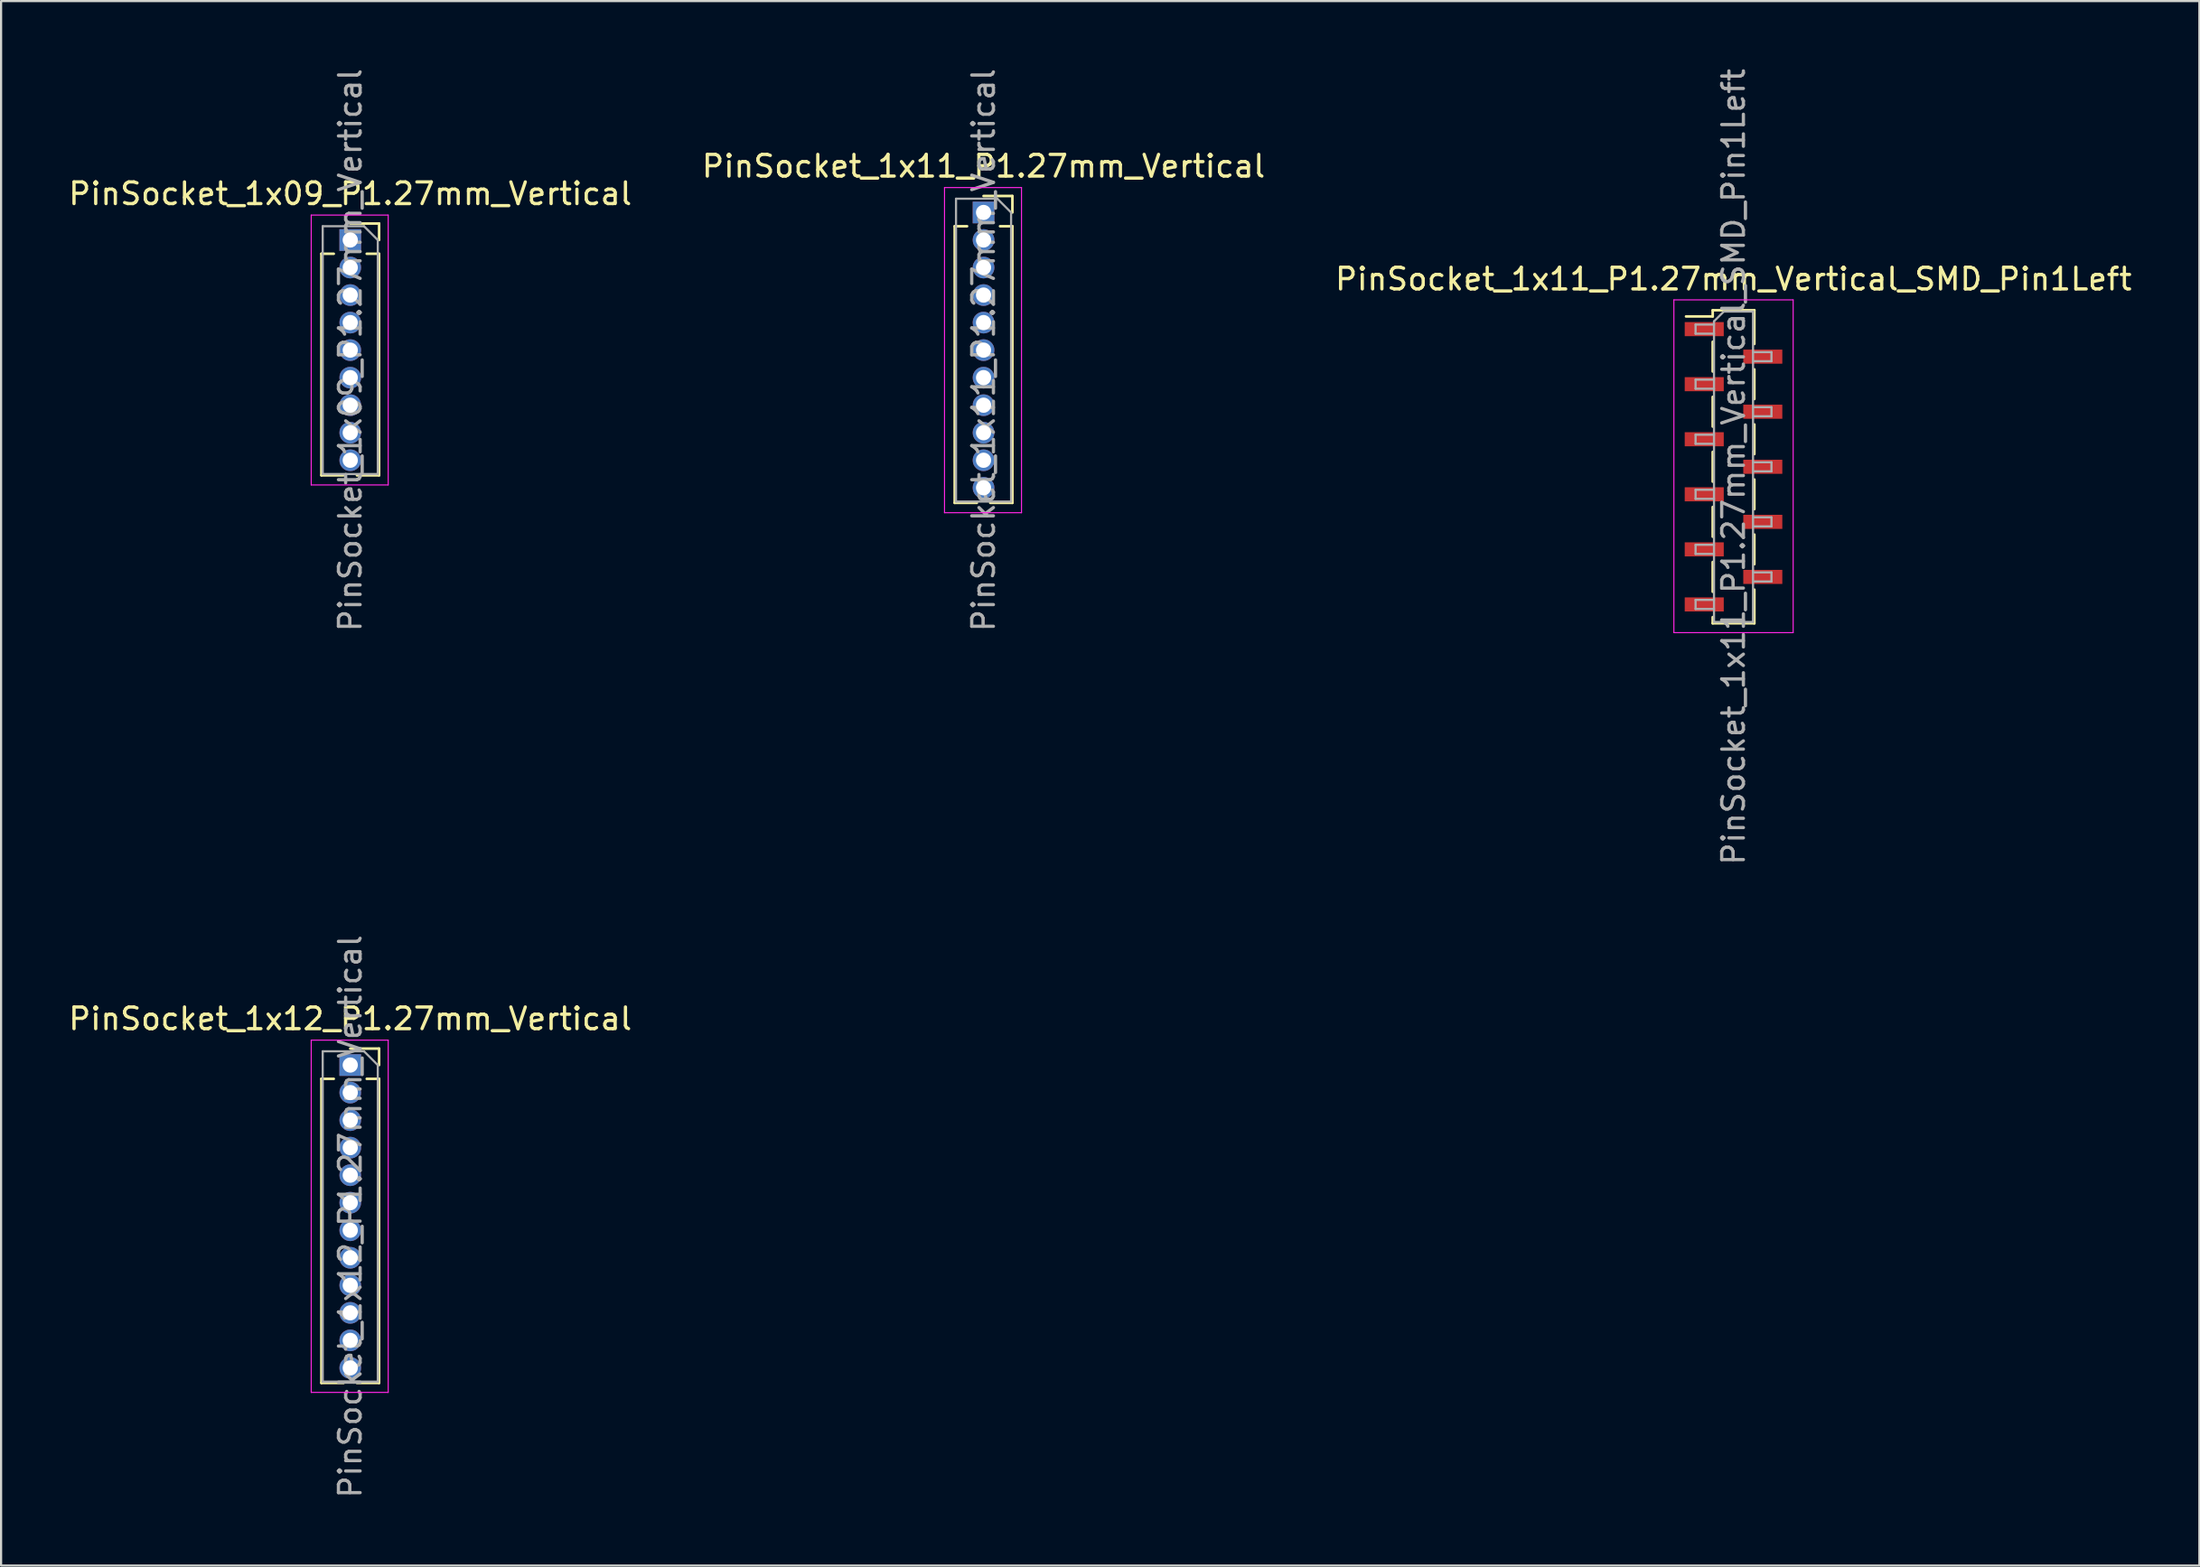
<source format=kicad_pcb>
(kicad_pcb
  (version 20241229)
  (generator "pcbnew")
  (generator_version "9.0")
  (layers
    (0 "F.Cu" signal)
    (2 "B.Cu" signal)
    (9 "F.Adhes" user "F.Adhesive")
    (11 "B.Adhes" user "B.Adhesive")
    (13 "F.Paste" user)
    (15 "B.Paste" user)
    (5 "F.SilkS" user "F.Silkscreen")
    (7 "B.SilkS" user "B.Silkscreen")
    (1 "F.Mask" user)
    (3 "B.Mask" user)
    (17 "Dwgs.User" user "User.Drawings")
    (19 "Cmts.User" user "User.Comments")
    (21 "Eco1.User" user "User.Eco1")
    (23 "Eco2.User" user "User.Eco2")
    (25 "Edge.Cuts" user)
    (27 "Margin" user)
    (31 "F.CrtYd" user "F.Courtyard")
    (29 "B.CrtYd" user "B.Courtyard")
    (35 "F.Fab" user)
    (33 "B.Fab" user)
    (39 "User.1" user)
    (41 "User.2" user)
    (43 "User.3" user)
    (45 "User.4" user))
  (footprint "PinSocket_1x11_P1.27mm_Vertical_SMD_Pin1Left"
    (layer "F.Cu")
    (at 76.887 18.482)
    (property "Reference" "PinSocket_1x11_P1.27mm_Vertical_SMD_Pin1Left" (at 0 -8.66 0) (layer "F.SilkS") (effects (font (size 1 1) (thickness 0.15))))
    (attr smd)
    (fp_line (start -2.19 -6.935) (end -0.96 -6.935) (stroke (width 0.12) (type solid)) (layer "F.SilkS"))
    (fp_line (start -0.96 -7.22) (end -0.96 -6.935) (stroke (width 0.12) (type solid)) (layer "F.SilkS"))
    (fp_line (start -0.96 -7.22) (end 0.96 -7.22) (stroke (width 0.12) (type solid)) (layer "F.SilkS"))
    (fp_line (start -0.96 -5.765) (end -0.96 -4.395) (stroke (width 0.12) (type solid)) (layer "F.SilkS"))
    (fp_line (start -0.96 -3.225) (end -0.96 -1.855) (stroke (width 0.12) (type solid)) (layer "F.SilkS"))
    (fp_line (start -0.96 -0.685) (end -0.96 0.685) (stroke (width 0.12) (type solid)) (layer "F.SilkS"))
    (fp_line (start -0.96 1.855) (end -0.96 3.225) (stroke (width 0.12) (type solid)) (layer "F.SilkS"))
    (fp_line (start -0.96 4.395) (end -0.96 5.765) (stroke (width 0.12) (type solid)) (layer "F.SilkS"))
    (fp_line (start -0.96 6.935) (end -0.96 7.22) (stroke (width 0.12) (type solid)) (layer "F.SilkS"))
    (fp_line (start -0.96 7.22) (end 0.96 7.22) (stroke (width 0.12) (type solid)) (layer "F.SilkS"))
    (fp_line (start 0.96 -7.22) (end 0.96 -5.665) (stroke (width 0.12) (type solid)) (layer "F.SilkS"))
    (fp_line (start 0.96 -4.495) (end 0.96 -3.125) (stroke (width 0.12) (type solid)) (layer "F.SilkS"))
    (fp_line (start 0.96 -1.955) (end 0.96 -0.585) (stroke (width 0.12) (type solid)) (layer "F.SilkS"))
    (fp_line (start 0.96 0.585) (end 0.96 1.955) (stroke (width 0.12) (type solid)) (layer "F.SilkS"))
    (fp_line (start 0.96 3.125) (end 0.96 4.495) (stroke (width 0.12) (type solid)) (layer "F.SilkS"))
    (fp_line (start 0.96 5.665) (end 0.96 7.22) (stroke (width 0.12) (type solid)) (layer "F.SilkS"))
    (fp_line (start -2.75 -7.7) (end 2.75 -7.7) (stroke (width 0.05) (type solid)) (layer "F.CrtYd"))
    (fp_line (start -2.75 7.65) (end -2.75 -7.7) (stroke (width 0.05) (type solid)) (layer "F.CrtYd"))
    (fp_line (start 2.75 -7.7) (end 2.75 7.65) (stroke (width 0.05) (type solid)) (layer "F.CrtYd"))
    (fp_line (start 2.75 7.65) (end -2.75 7.65) (stroke (width 0.05) (type solid)) (layer "F.CrtYd"))
    (fp_line (start -1.75 -6.56) (end -0.9 -6.56) (stroke (width 0.1) (type solid)) (layer "F.Fab"))
    (fp_line (start -1.75 -6.14) (end -1.75 -6.56) (stroke (width 0.1) (type solid)) (layer "F.Fab"))
    (fp_line (start -1.75 -4.02) (end -0.9 -4.02) (stroke (width 0.1) (type solid)) (layer "F.Fab"))
    (fp_line (start -1.75 -3.6) (end -1.75 -4.02) (stroke (width 0.1) (type solid)) (layer "F.Fab"))
    (fp_line (start -1.75 -1.48) (end -0.9 -1.48) (stroke (width 0.1) (type solid)) (layer "F.Fab"))
    (fp_line (start -1.75 -1.06) (end -1.75 -1.48) (stroke (width 0.1) (type solid)) (layer "F.Fab"))
    (fp_line (start -1.75 1.06) (end -0.9 1.06) (stroke (width 0.1) (type solid)) (layer "F.Fab"))
    (fp_line (start -1.75 1.48) (end -1.75 1.06) (stroke (width 0.1) (type solid)) (layer "F.Fab"))
    (fp_line (start -1.75 3.6) (end -0.9 3.6) (stroke (width 0.1) (type solid)) (layer "F.Fab"))
    (fp_line (start -1.75 4.02) (end -1.75 3.6) (stroke (width 0.1) (type solid)) (layer "F.Fab"))
    (fp_line (start -1.75 6.14) (end -0.9 6.14) (stroke (width 0.1) (type solid)) (layer "F.Fab"))
    (fp_line (start -1.75 6.56) (end -1.75 6.14) (stroke (width 0.1) (type solid)) (layer "F.Fab"))
    (fp_line (start -0.9 -6.71) (end -0.45 -7.16) (stroke (width 0.1) (type solid)) (layer "F.Fab"))
    (fp_line (start -0.9 -6.14) (end -1.75 -6.14) (stroke (width 0.1) (type solid)) (layer "F.Fab"))
    (fp_line (start -0.9 -3.6) (end -1.75 -3.6) (stroke (width 0.1) (type solid)) (layer "F.Fab"))
    (fp_line (start -0.9 -1.06) (end -1.75 -1.06) (stroke (width 0.1) (type solid)) (layer "F.Fab"))
    (fp_line (start -0.9 1.48) (end -1.75 1.48) (stroke (width 0.1) (type solid)) (layer "F.Fab"))
    (fp_line (start -0.9 4.02) (end -1.75 4.02) (stroke (width 0.1) (type solid)) (layer "F.Fab"))
    (fp_line (start -0.9 6.56) (end -1.75 6.56) (stroke (width 0.1) (type solid)) (layer "F.Fab"))
    (fp_line (start -0.9 7.16) (end -0.9 -6.71) (stroke (width 0.1) (type solid)) (layer "F.Fab"))
    (fp_line (start -0.45 -7.16) (end 0.9 -7.16) (stroke (width 0.1) (type solid)) (layer "F.Fab"))
    (fp_line (start 0.9 -7.16) (end 0.9 7.16) (stroke (width 0.1) (type solid)) (layer "F.Fab"))
    (fp_line (start 0.9 -5.29) (end 1.75 -5.29) (stroke (width 0.1) (type solid)) (layer "F.Fab"))
    (fp_line (start 0.9 -2.75) (end 1.75 -2.75) (stroke (width 0.1) (type solid)) (layer "F.Fab"))
    (fp_line (start 0.9 -0.21) (end 1.75 -0.21) (stroke (width 0.1) (type solid)) (layer "F.Fab"))
    (fp_line (start 0.9 2.33) (end 1.75 2.33) (stroke (width 0.1) (type solid)) (layer "F.Fab"))
    (fp_line (start 0.9 4.87) (end 1.75 4.87) (stroke (width 0.1) (type solid)) (layer "F.Fab"))
    (fp_line (start 0.9 7.16) (end -0.9 7.16) (stroke (width 0.1) (type solid)) (layer "F.Fab"))
    (fp_line (start 1.75 -5.29) (end 1.75 -4.87) (stroke (width 0.1) (type solid)) (layer "F.Fab"))
    (fp_line (start 1.75 -4.87) (end 0.9 -4.87) (stroke (width 0.1) (type solid)) (layer "F.Fab"))
    (fp_line (start 1.75 -2.75) (end 1.75 -2.33) (stroke (width 0.1) (type solid)) (layer "F.Fab"))
    (fp_line (start 1.75 -2.33) (end 0.9 -2.33) (stroke (width 0.1) (type solid)) (layer "F.Fab"))
    (fp_line (start 1.75 -0.21) (end 1.75 0.21) (stroke (width 0.1) (type solid)) (layer "F.Fab"))
    (fp_line (start 1.75 0.21) (end 0.9 0.21) (stroke (width 0.1) (type solid)) (layer "F.Fab"))
    (fp_line (start 1.75 2.33) (end 1.75 2.75) (stroke (width 0.1) (type solid)) (layer "F.Fab"))
    (fp_line (start 1.75 2.75) (end 0.9 2.75) (stroke (width 0.1) (type solid)) (layer "F.Fab"))
    (fp_line (start 1.75 4.87) (end 1.75 5.29) (stroke (width 0.1) (type solid)) (layer "F.Fab"))
    (fp_line (start 1.75 5.29) (end 0.9 5.29) (stroke (width 0.1) (type solid)) (layer "F.Fab"))
    (fp_text user "${REFERENCE}" (at 0 0 90) (layer "F.Fab") (effects (font (size 1 1) (thickness 0.15))))
    (pad "1" smd rect (at -1.35 -6.35) (size 1.8 0.65) (layers "F.Cu" "F.Mask" "F.Paste"))
    (pad "2" smd rect (at 1.35 -5.08) (size 1.8 0.65) (layers "F.Cu" "F.Mask" "F.Paste"))
    (pad "3" smd rect (at -1.35 -3.81) (size 1.8 0.65) (layers "F.Cu" "F.Mask" "F.Paste"))
    (pad "4" smd rect (at 1.35 -2.54) (size 1.8 0.65) (layers "F.Cu" "F.Mask" "F.Paste"))
    (pad "5" smd rect (at -1.35 -1.27) (size 1.8 0.65) (layers "F.Cu" "F.Mask" "F.Paste"))
    (pad "6" smd rect (at 1.35 0) (size 1.8 0.65) (layers "F.Cu" "F.Mask" "F.Paste"))
    (pad "7" smd rect (at -1.35 1.27) (size 1.8 0.65) (layers "F.Cu" "F.Mask" "F.Paste"))
    (pad "8" smd rect (at 1.35 2.54) (size 1.8 0.65) (layers "F.Cu" "F.Mask" "F.Paste"))
    (pad "9" smd rect (at -1.35 3.81) (size 1.8 0.65) (layers "F.Cu" "F.Mask" "F.Paste"))
    (pad "10" smd rect (at 1.35 5.08) (size 1.8 0.65) (layers "F.Cu" "F.Mask" "F.Paste"))
    (pad "11" smd rect (at -1.35 6.35) (size 1.8 0.65) (layers "F.Cu" "F.Mask" "F.Paste")))
  (footprint "PinSocket_1x12_P1.27mm_Vertical"
    (layer "F.Cu")
    (at 13.101 46.08)
    (property "Reference" "PinSocket_1x12_P1.27mm_Vertical" (at 0 -2.135 0) (layer "F.SilkS") (effects (font (size 1 1) (thickness 0.15))))
    (attr through_hole)
    (fp_line (start -1.33 0.635) (end -1.33 14.665) (stroke (width 0.12) (type solid)) (layer "F.SilkS"))
    (fp_line (start -1.33 0.635) (end -0.76 0.635) (stroke (width 0.12) (type solid)) (layer "F.SilkS"))
    (fp_line (start -1.33 14.665) (end -0.308 14.665) (stroke (width 0.12) (type solid)) (layer "F.SilkS"))
    (fp_line (start 0 -0.76) (end 1.33 -0.76) (stroke (width 0.12) (type solid)) (layer "F.SilkS"))
    (fp_line (start 0.308 14.665) (end 1.33 14.665) (stroke (width 0.12) (type solid)) (layer "F.SilkS"))
    (fp_line (start 0.76 0.635) (end 1.33 0.635) (stroke (width 0.12) (type solid)) (layer "F.SilkS"))
    (fp_line (start 1.33 -0.76) (end 1.33 0) (stroke (width 0.12) (type solid)) (layer "F.SilkS"))
    (fp_line (start 1.33 0.635) (end 1.33 14.665) (stroke (width 0.12) (type solid)) (layer "F.SilkS"))
    (fp_line (start -1.8 -1.15) (end 1.75 -1.15) (stroke (width 0.05) (type solid)) (layer "F.CrtYd"))
    (fp_line (start -1.8 15.1) (end -1.8 -1.15) (stroke (width 0.05) (type solid)) (layer "F.CrtYd"))
    (fp_line (start 1.75 -1.15) (end 1.75 15.1) (stroke (width 0.05) (type solid)) (layer "F.CrtYd"))
    (fp_line (start 1.75 15.1) (end -1.8 15.1) (stroke (width 0.05) (type solid)) (layer "F.CrtYd"))
    (fp_line (start -1.27 -0.635) (end 0.635 -0.635) (stroke (width 0.1) (type solid)) (layer "F.Fab"))
    (fp_line (start -1.27 14.605) (end -1.27 -0.635) (stroke (width 0.1) (type solid)) (layer "F.Fab"))
    (fp_line (start 0.635 -0.635) (end 1.27 0) (stroke (width 0.1) (type solid)) (layer "F.Fab"))
    (fp_line (start 1.27 0) (end 1.27 14.605) (stroke (width 0.1) (type solid)) (layer "F.Fab"))
    (fp_line (start 1.27 14.605) (end -1.27 14.605) (stroke (width 0.1) (type solid)) (layer "F.Fab"))
    (fp_text user "${REFERENCE}" (at 0 6.985 90) (layer "F.Fab") (effects (font (size 1 1) (thickness 0.15))))
    (pad "1" thru_hole rect (at 0 0) (size 1 1) (drill 0.7) (layers "*.Cu" "*.Mask"))
    (pad "2" thru_hole oval (at 0 1.27) (size 1 1) (drill 0.7) (layers "*.Cu" "*.Mask"))
    (pad "3" thru_hole oval (at 0 2.54) (size 1 1) (drill 0.7) (layers "*.Cu" "*.Mask"))
    (pad "4" thru_hole oval (at 0 3.81) (size 1 1) (drill 0.7) (layers "*.Cu" "*.Mask"))
    (pad "5" thru_hole oval (at 0 5.08) (size 1 1) (drill 0.7) (layers "*.Cu" "*.Mask"))
    (pad "6" thru_hole oval (at 0 6.35) (size 1 1) (drill 0.7) (layers "*.Cu" "*.Mask"))
    (pad "7" thru_hole oval (at 0 7.62) (size 1 1) (drill 0.7) (layers "*.Cu" "*.Mask"))
    (pad "8" thru_hole oval (at 0 8.89) (size 1 1) (drill 0.7) (layers "*.Cu" "*.Mask"))
    (pad "9" thru_hole oval (at 0 10.16) (size 1 1) (drill 0.7) (layers "*.Cu" "*.Mask"))
    (pad "10" thru_hole oval (at 0 11.43) (size 1 1) (drill 0.7) (layers "*.Cu" "*.Mask"))
    (pad "11" thru_hole oval (at 0 12.7) (size 1 1) (drill 0.7) (layers "*.Cu" "*.Mask"))
    (pad "12" thru_hole oval (at 0 13.97) (size 1 1) (drill 0.7) (layers "*.Cu" "*.Mask")))
  (footprint "PinSocket_1x09_P1.27mm_Vertical"
    (layer "F.Cu")
    (at 13.101 8.021)
    (property "Reference" "PinSocket_1x09_P1.27mm_Vertical" (at 0 -2.135 0) (layer "F.SilkS") (effects (font (size 1 1) (thickness 0.15))))
    (attr through_hole)
    (fp_line (start -1.33 0.635) (end -1.33 10.855) (stroke (width 0.12) (type solid)) (layer "F.SilkS"))
    (fp_line (start -1.33 0.635) (end -0.76 0.635) (stroke (width 0.12) (type solid)) (layer "F.SilkS"))
    (fp_line (start -1.33 10.855) (end -0.308 10.855) (stroke (width 0.12) (type solid)) (layer "F.SilkS"))
    (fp_line (start 0 -0.76) (end 1.33 -0.76) (stroke (width 0.12) (type solid)) (layer "F.SilkS"))
    (fp_line (start 0.308 10.855) (end 1.33 10.855) (stroke (width 0.12) (type solid)) (layer "F.SilkS"))
    (fp_line (start 0.76 0.635) (end 1.33 0.635) (stroke (width 0.12) (type solid)) (layer "F.SilkS"))
    (fp_line (start 1.33 -0.76) (end 1.33 0) (stroke (width 0.12) (type solid)) (layer "F.SilkS"))
    (fp_line (start 1.33 0.635) (end 1.33 10.855) (stroke (width 0.12) (type solid)) (layer "F.SilkS"))
    (fp_line (start -1.8 -1.15) (end 1.75 -1.15) (stroke (width 0.05) (type solid)) (layer "F.CrtYd"))
    (fp_line (start -1.8 11.3) (end -1.8 -1.15) (stroke (width 0.05) (type solid)) (layer "F.CrtYd"))
    (fp_line (start 1.75 -1.15) (end 1.75 11.3) (stroke (width 0.05) (type solid)) (layer "F.CrtYd"))
    (fp_line (start 1.75 11.3) (end -1.8 11.3) (stroke (width 0.05) (type solid)) (layer "F.CrtYd"))
    (fp_line (start -1.27 -0.635) (end 0.635 -0.635) (stroke (width 0.1) (type solid)) (layer "F.Fab"))
    (fp_line (start -1.27 10.795) (end -1.27 -0.635) (stroke (width 0.1) (type solid)) (layer "F.Fab"))
    (fp_line (start 0.635 -0.635) (end 1.27 0) (stroke (width 0.1) (type solid)) (layer "F.Fab"))
    (fp_line (start 1.27 0) (end 1.27 10.795) (stroke (width 0.1) (type solid)) (layer "F.Fab"))
    (fp_line (start 1.27 10.795) (end -1.27 10.795) (stroke (width 0.1) (type solid)) (layer "F.Fab"))
    (fp_text user "${REFERENCE}" (at 0 5.08 90) (layer "F.Fab") (effects (font (size 1 1) (thickness 0.15))))
    (pad "1" thru_hole rect (at 0 0) (size 1 1) (drill 0.7) (layers "*.Cu" "*.Mask"))
    (pad "2" thru_hole oval (at 0 1.27) (size 1 1) (drill 0.7) (layers "*.Cu" "*.Mask"))
    (pad "3" thru_hole oval (at 0 2.54) (size 1 1) (drill 0.7) (layers "*.Cu" "*.Mask"))
    (pad "4" thru_hole oval (at 0 3.81) (size 1 1) (drill 0.7) (layers "*.Cu" "*.Mask"))
    (pad "5" thru_hole oval (at 0 5.08) (size 1 1) (drill 0.7) (layers "*.Cu" "*.Mask"))
    (pad "6" thru_hole oval (at 0 6.35) (size 1 1) (drill 0.7) (layers "*.Cu" "*.Mask"))
    (pad "7" thru_hole oval (at 0 7.62) (size 1 1) (drill 0.7) (layers "*.Cu" "*.Mask"))
    (pad "8" thru_hole oval (at 0 8.89) (size 1 1) (drill 0.7) (layers "*.Cu" "*.Mask"))
    (pad "9" thru_hole oval (at 0 10.16) (size 1 1) (drill 0.7) (layers "*.Cu" "*.Mask")))
  (footprint "PinSocket_1x11_P1.27mm_Vertical"
    (layer "F.Cu")
    (at 42.304 6.751)
    (property "Reference" "PinSocket_1x11_P1.27mm_Vertical" (at 0 -2.135 0) (layer "F.SilkS") (effects (font (size 1 1) (thickness 0.15))))
    (attr through_hole)
    (fp_line (start -1.33 0.635) (end -1.33 13.395) (stroke (width 0.12) (type solid)) (layer "F.SilkS"))
    (fp_line (start -1.33 0.635) (end -0.76 0.635) (stroke (width 0.12) (type solid)) (layer "F.SilkS"))
    (fp_line (start -1.33 13.395) (end -0.308 13.395) (stroke (width 0.12) (type solid)) (layer "F.SilkS"))
    (fp_line (start 0 -0.76) (end 1.33 -0.76) (stroke (width 0.12) (type solid)) (layer "F.SilkS"))
    (fp_line (start 0.308 13.395) (end 1.33 13.395) (stroke (width 0.12) (type solid)) (layer "F.SilkS"))
    (fp_line (start 0.76 0.635) (end 1.33 0.635) (stroke (width 0.12) (type solid)) (layer "F.SilkS"))
    (fp_line (start 1.33 -0.76) (end 1.33 0) (stroke (width 0.12) (type solid)) (layer "F.SilkS"))
    (fp_line (start 1.33 0.635) (end 1.33 13.395) (stroke (width 0.12) (type solid)) (layer "F.SilkS"))
    (fp_line (start -1.8 -1.15) (end 1.75 -1.15) (stroke (width 0.05) (type solid)) (layer "F.CrtYd"))
    (fp_line (start -1.8 13.85) (end -1.8 -1.15) (stroke (width 0.05) (type solid)) (layer "F.CrtYd"))
    (fp_line (start 1.75 -1.15) (end 1.75 13.85) (stroke (width 0.05) (type solid)) (layer "F.CrtYd"))
    (fp_line (start 1.75 13.85) (end -1.8 13.85) (stroke (width 0.05) (type solid)) (layer "F.CrtYd"))
    (fp_line (start -1.27 -0.635) (end 0.635 -0.635) (stroke (width 0.1) (type solid)) (layer "F.Fab"))
    (fp_line (start -1.27 13.335) (end -1.27 -0.635) (stroke (width 0.1) (type solid)) (layer "F.Fab"))
    (fp_line (start 0.635 -0.635) (end 1.27 0) (stroke (width 0.1) (type solid)) (layer "F.Fab"))
    (fp_line (start 1.27 0) (end 1.27 13.335) (stroke (width 0.1) (type solid)) (layer "F.Fab"))
    (fp_line (start 1.27 13.335) (end -1.27 13.335) (stroke (width 0.1) (type solid)) (layer "F.Fab"))
    (fp_text user "${REFERENCE}" (at 0 6.35 90) (layer "F.Fab") (effects (font (size 1 1) (thickness 0.15))))
    (pad "1" thru_hole rect (at 0 0) (size 1 1) (drill 0.7) (layers "*.Cu" "*.Mask"))
    (pad "2" thru_hole oval (at 0 1.27) (size 1 1) (drill 0.7) (layers "*.Cu" "*.Mask"))
    (pad "3" thru_hole oval (at 0 2.54) (size 1 1) (drill 0.7) (layers "*.Cu" "*.Mask"))
    (pad "4" thru_hole oval (at 0 3.81) (size 1 1) (drill 0.7) (layers "*.Cu" "*.Mask"))
    (pad "5" thru_hole oval (at 0 5.08) (size 1 1) (drill 0.7) (layers "*.Cu" "*.Mask"))
    (pad "6" thru_hole oval (at 0 6.35) (size 1 1) (drill 0.7) (layers "*.Cu" "*.Mask"))
    (pad "7" thru_hole oval (at 0 7.62) (size 1 1) (drill 0.7) (layers "*.Cu" "*.Mask"))
    (pad "8" thru_hole oval (at 0 8.89) (size 1 1) (drill 0.7) (layers "*.Cu" "*.Mask"))
    (pad "9" thru_hole oval (at 0 10.16) (size 1 1) (drill 0.7) (layers "*.Cu" "*.Mask"))
    (pad "10" thru_hole oval (at 0 11.43) (size 1 1) (drill 0.7) (layers "*.Cu" "*.Mask"))
    (pad "11" thru_hole oval (at 0 12.7) (size 1 1) (drill 0.7) (layers "*.Cu" "*.Mask")))
  (gr_rect
    (start -3 -3)
    (end 98.369 69.167)
    (stroke (width 0.1) (type default))
    (fill no)
    (layer "Edge.Cuts")))
</source>
